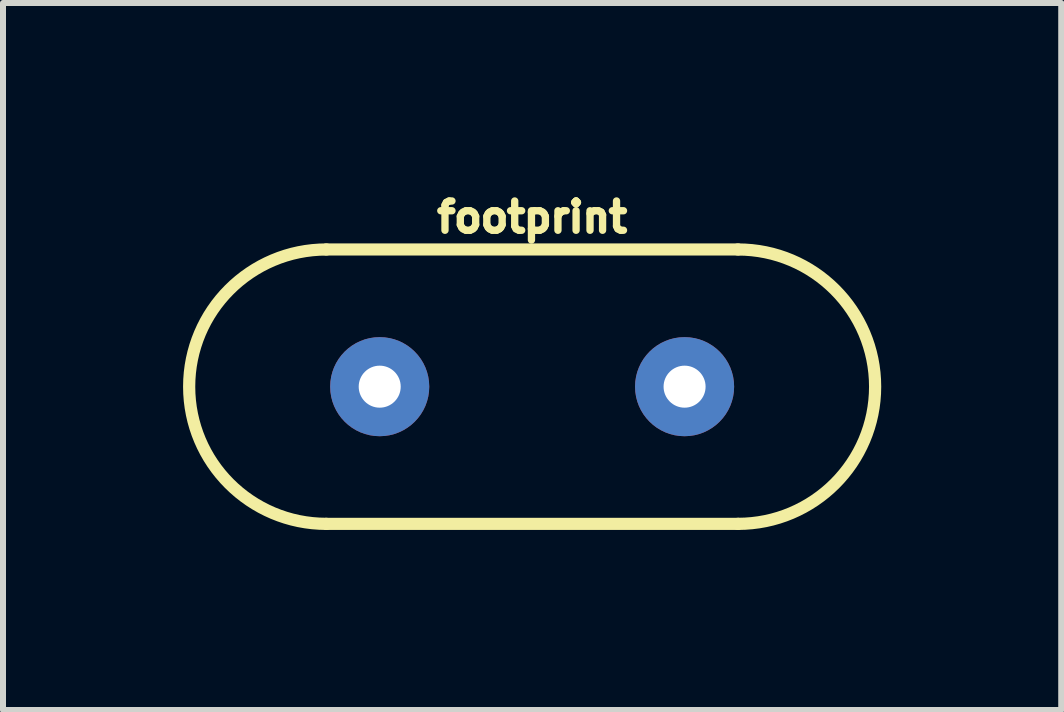
<source format=kicad_pcb>
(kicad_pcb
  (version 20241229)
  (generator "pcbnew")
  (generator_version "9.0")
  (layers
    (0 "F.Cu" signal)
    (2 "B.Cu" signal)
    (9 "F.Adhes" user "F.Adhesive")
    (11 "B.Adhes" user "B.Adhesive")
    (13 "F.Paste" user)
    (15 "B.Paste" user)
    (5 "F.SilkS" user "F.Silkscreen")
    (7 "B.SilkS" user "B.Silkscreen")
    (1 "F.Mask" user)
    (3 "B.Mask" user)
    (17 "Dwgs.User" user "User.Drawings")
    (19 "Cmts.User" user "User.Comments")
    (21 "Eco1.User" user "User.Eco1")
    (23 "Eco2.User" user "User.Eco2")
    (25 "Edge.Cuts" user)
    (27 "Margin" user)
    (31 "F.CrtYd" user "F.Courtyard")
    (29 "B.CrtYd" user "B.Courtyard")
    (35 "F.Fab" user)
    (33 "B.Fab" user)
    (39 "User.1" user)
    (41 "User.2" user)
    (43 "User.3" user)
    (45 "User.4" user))
  (footprint "footprint"
    (layer "F.Cu")
    (at 5.817 3.393)
    (property "Reference" "footprint" (at 0 -2.54 0) (layer "F.SilkS") (effects (font (size 0.488 0.488) (thickness 0.122)) (justify bottom)))
    (fp_line (start -3.429 2.286) (end 3.429 2.286) (stroke (width 0.203) (type solid)) (layer "F.SilkS"))
    (fp_line (start 3.429 -2.286) (end -3.429 -2.286) (stroke (width 0.203) (type solid)) (layer "F.SilkS"))
    (fp_arc (start -3.429 2.286) (mid -5.715 0) (end -3.429 -2.286) (stroke (width 0.2032) (type solid)) (layer "F.SilkS"))
    (fp_arc (start 3.429 -2.286) (mid 5.715 0) (end 3.429 2.286) (stroke (width 0.2032) (type solid)) (layer "F.SilkS"))
    (pad "1" thru_hole circle (at -2.54 0 90) (size 1.651 1.651) (drill 0.7) (layers "*.Cu" "*.Mask"))
    (pad "2" thru_hole circle (at 2.54 0 90) (size 1.651 1.651) (drill 0.7) (layers "*.Cu" "*.Mask")))
  (gr_rect
    (start -3 -3)
    (end 14.633 8.781)
    (stroke (width 0.1) (type default))
    (fill no)
    (layer "Edge.Cuts")))
</source>
